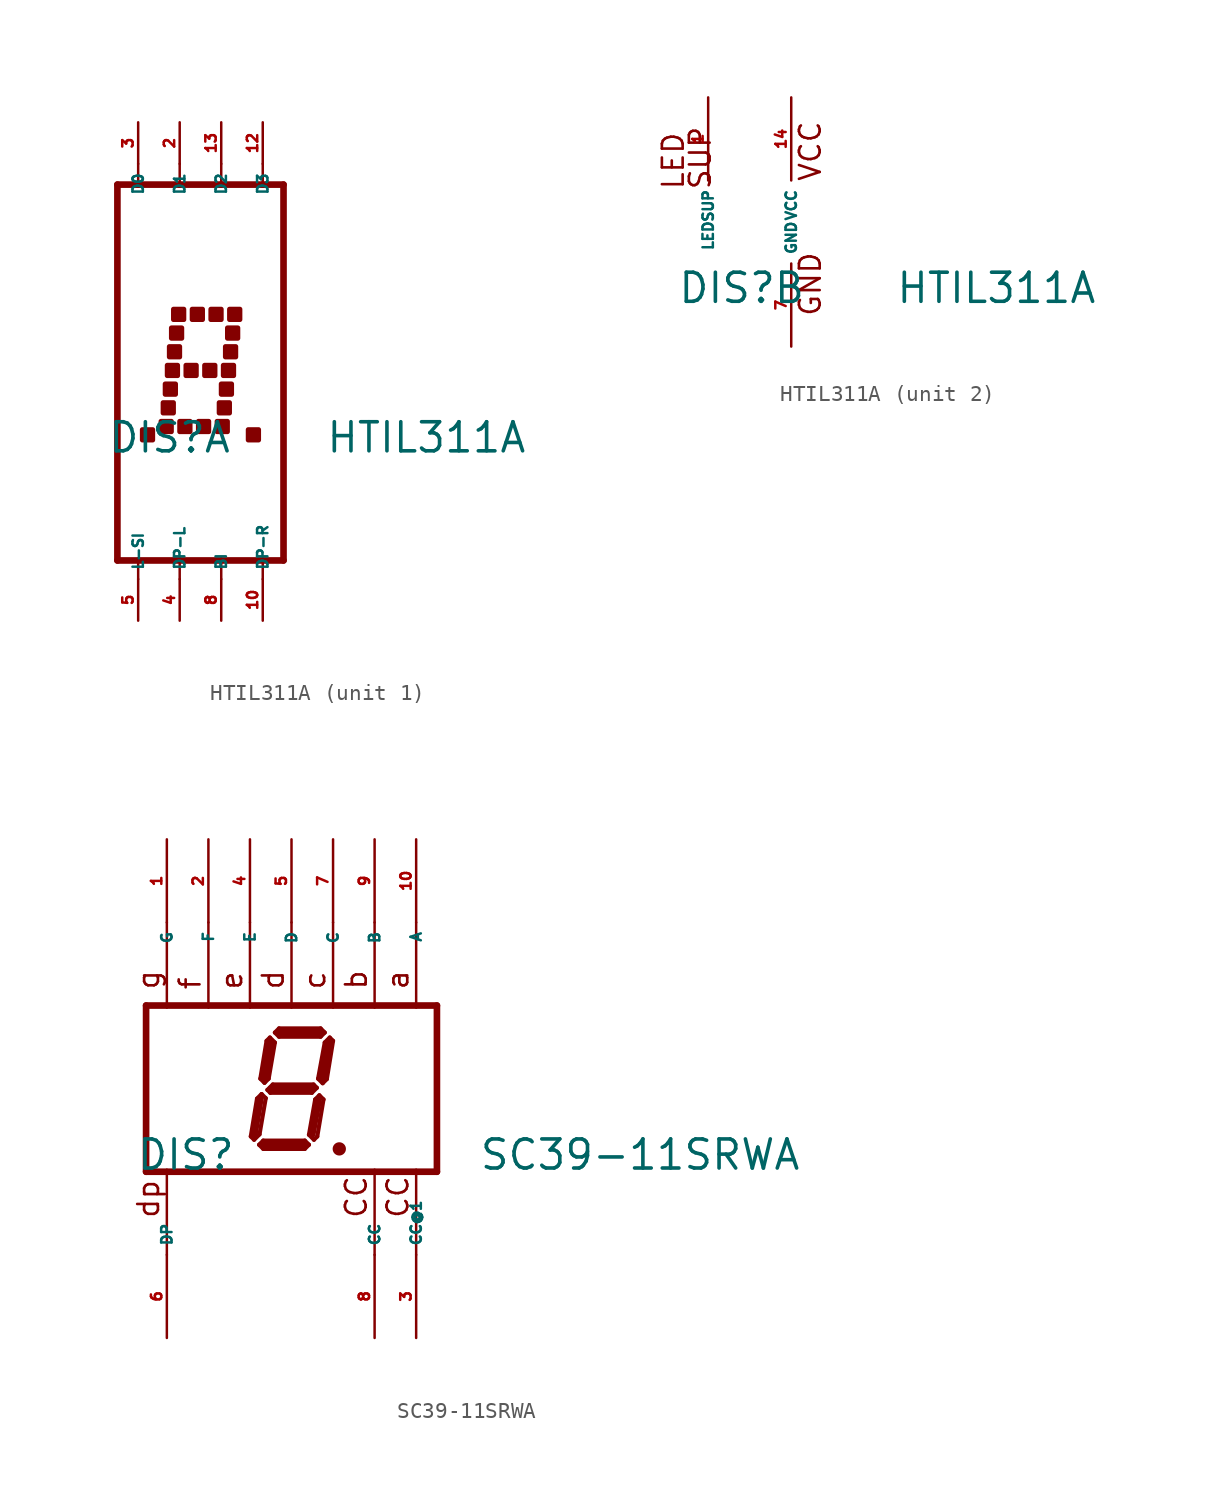
<source format=kicad_sym>
(kicad_symbol_lib
  (version 20220914)
  (generator Eagle2Kicad)
  (symbol "HTIL311A"
    (property "Reference" "DIS"
      (at -6.985 -5.08 0)
      (effects (font (size 1.778 1.778) (thickness 0.22)) (justify left bottom)))
    (property "Value" "HTIL311A"
      (at 6.35 -5.08 0)
      (effects (font (size 1.778 1.778) (thickness 0.22)) (justify left bottom)))
    (symbol "HTIL311A_1_0"
      (polyline (pts (xy -6.35 11.43) (xy -5.08 11.43)) (stroke (width 0.406) (type default)) (fill (type none)))
      (polyline (pts (xy -5.08 11.43) (xy -2.54 11.43)) (stroke (width 0.406) (type default)) (fill (type none)))
      (polyline (pts (xy -2.54 11.43) (xy 0 11.43)) (stroke (width 0.406) (type default)) (fill (type none)))
      (polyline (pts (xy 0 11.43) (xy 2.54 11.43)) (stroke (width 0.406) (type default)) (fill (type none)))
      (polyline (pts (xy 2.54 11.43) (xy 3.81 11.43)) (stroke (width 0.406) (type default)) (fill (type none)))
      (polyline (pts (xy -6.35 -11.557) (xy -6.35 11.43)) (stroke (width 0.406) (type default)) (fill (type none)))
      (polyline (pts (xy 3.81 11.43) (xy 3.81 -11.557)) (stroke (width 0.406) (type default)) (fill (type none)))
      (polyline (pts (xy -6.35 -11.557) (xy 3.81 -11.557)) (stroke (width 0.406) (type default)) (fill (type none)))
      (polyline (pts (xy -5.08 12.7) (xy -5.08 11.43)) (stroke (width 0.152) (type default)) (fill (type none)))
      (polyline (pts (xy -2.54 12.7) (xy -2.54 11.43)) (stroke (width 0.152) (type default)) (fill (type none)))
      (polyline (pts (xy 0 12.7) (xy 0 11.43)) (stroke (width 0.152) (type default)) (fill (type none)))
      (polyline (pts (xy 2.54 12.7) (xy 2.54 11.43)) (stroke (width 0.152) (type default)) (fill (type none)))
      (polyline (pts (xy -5.08 -11.43) (xy -5.08 -12.7)) (stroke (width 0.152) (type default)) (fill (type none)))
      (polyline (pts (xy -2.54 -11.43) (xy -2.54 -12.7)) (stroke (width 0.152) (type default)) (fill (type none)))
      (polyline (pts (xy 0 -11.43) (xy 0 -12.7)) (stroke (width 0.152) (type default)) (fill (type none)))
      (polyline (pts (xy 2.54 -11.43) (xy 2.54 -12.7)) (stroke (width 0.152) (type default)) (fill (type none)))
      (rectangle (start -2.921 3.175) (end -2.286 3.81) (stroke (width 0.3) (type default)) (fill (type outline)))
      (rectangle (start -1.778 3.175) (end -1.143 3.81) (stroke (width 0.3) (type default)) (fill (type outline)))
      (rectangle (start -0.635 3.175) (end 0 3.81) (stroke (width 0.3) (type default)) (fill (type outline)))
      (rectangle (start 0.508 3.175) (end 1.143 3.81) (stroke (width 0.3) (type default)) (fill (type outline)))
      (rectangle (start -3.048 2.032) (end -2.413 2.667) (stroke (width 0.3) (type default)) (fill (type outline)))
      (rectangle (start -3.175 0.889) (end -2.54 1.524) (stroke (width 0.3) (type default)) (fill (type outline)))
      (rectangle (start -3.302 -0.254) (end -2.667 0.381) (stroke (width 0.3) (type default)) (fill (type outline)))
      (rectangle (start -3.429 -1.397) (end -2.794 -0.762) (stroke (width 0.3) (type default)) (fill (type outline)))
      (rectangle (start -3.556 -2.54) (end -2.921 -1.905) (stroke (width 0.3) (type default)) (fill (type outline)))
      (rectangle (start -2.159 -0.254) (end -1.524 0.381) (stroke (width 0.3) (type default)) (fill (type outline)))
      (rectangle (start -3.683 -3.683) (end -3.048 -3.048) (stroke (width 0.3) (type default)) (fill (type outline)))
      (rectangle (start -1.016 -0.254) (end -0.381 0.381) (stroke (width 0.3) (type default)) (fill (type outline)))
      (rectangle (start 0.127 -0.254) (end 0.762 0.381) (stroke (width 0.3) (type default)) (fill (type outline)))
      (rectangle (start 0.381 2.032) (end 1.016 2.667) (stroke (width 0.3) (type default)) (fill (type outline)))
      (rectangle (start 0.254 0.889) (end 0.889 1.524) (stroke (width 0.3) (type default)) (fill (type outline)))
      (rectangle (start 0 -1.397) (end 0.635 -0.762) (stroke (width 0.3) (type default)) (fill (type outline)))
      (rectangle (start -0.127 -2.54) (end 0.508 -1.905) (stroke (width 0.3) (type default)) (fill (type outline)))
      (rectangle (start -0.254 -3.683) (end 0.381 -3.048) (stroke (width 0.3) (type default)) (fill (type outline)))
      (rectangle (start -2.54 -3.683) (end -1.905 -3.048) (stroke (width 0.3) (type default)) (fill (type outline)))
      (rectangle (start -1.397 -3.683) (end -0.762 -3.048) (stroke (width 0.3) (type default)) (fill (type outline)))
      (rectangle (start 1.651 -4.191) (end 2.286 -3.556) (stroke (width 0.3) (type default)) (fill (type outline)))
      (rectangle (start -4.826 -4.191) (end -4.191 -3.556) (stroke (width 0.3) (type default)) (fill (type outline)))
      (pin input line (at -5.08 15.24 270) (length 2.54) (name "D0" (effects (font (size 0.635 0.635) (thickness 0.08)) (justify left bottom))) (number "3" (effects (font (size 0.635 0.635) (thickness 0.08)) (justify left bottom))))
      (pin input line (at -2.54 15.24 270) (length 2.54) (name "D1" (effects (font (size 0.635 0.635) (thickness 0.08)) (justify left bottom))) (number "2" (effects (font (size 0.635 0.635) (thickness 0.08)) (justify left bottom))))
      (pin input line (at 0 15.24 270) (length 2.54) (name "D2" (effects (font (size 0.635 0.635) (thickness 0.08)) (justify left bottom))) (number "13" (effects (font (size 0.635 0.635) (thickness 0.08)) (justify left bottom))))
      (pin input line (at 2.54 15.24 270) (length 2.54) (name "D3" (effects (font (size 0.635 0.635) (thickness 0.08)) (justify left bottom))) (number "12" (effects (font (size 0.635 0.635) (thickness 0.08)) (justify left bottom))))
      (pin input line (at -5.08 -15.24 90) (length 2.54) (name "L-SI" (effects (font (size 0.635 0.635) (thickness 0.08)) (justify left bottom))) (number "5" (effects (font (size 0.635 0.635) (thickness 0.08)) (justify left bottom))))
      (pin input line (at -2.54 -15.24 90) (length 2.54) (name "DP-L" (effects (font (size 0.635 0.635) (thickness 0.08)) (justify left bottom))) (number "4" (effects (font (size 0.635 0.635) (thickness 0.08)) (justify left bottom))))
      (pin input line (at 0 -15.24 90) (length 2.54) (name "BI" (effects (font (size 0.635 0.635) (thickness 0.08)) (justify left bottom))) (number "8" (effects (font (size 0.635 0.635) (thickness 0.08)) (justify left bottom))))
      (pin input line (at 2.54 -15.24 90) (length 2.54) (name "DP-R" (effects (font (size 0.635 0.635) (thickness 0.08)) (justify left bottom))) (number "10" (effects (font (size 0.635 0.635) (thickness 0.08)) (justify left bottom)))))
    (symbol "HTIL311A_2_0"
      (text "VCC" (at 1.905 2.413 900) (effects (font (size 1.27 1.27) (thickness 0.16)) (justify left bottom)))
      (text "GND" (at 1.905 -5.842 900) (effects (font (size 1.27 1.27) (thickness 0.16)) (justify left bottom)))
      (text "SUP" (at -4.826 1.905 2700) (effects (font (size 1.27 1.27) (thickness 0.16)) (justify left bottom)))
      (text "LED" (at -6.477 1.905 2700) (effects (font (size 1.27 1.27) (thickness 0.16)) (justify left bottom)))
      (pin unspecified line (at 0 -7.62 90) (length 5.08) (name "GND" (effects (font (size 0.635 0.635) (thickness 0.08)) (justify left bottom))) (number "7" (effects (font (size 0.635 0.635) (thickness 0.08)) (justify left bottom))))
      (pin unspecified line (at 0 7.62 270) (length 5.08) (name "VCC" (effects (font (size 0.635 0.635) (thickness 0.08)) (justify left bottom))) (number "14" (effects (font (size 0.635 0.635) (thickness 0.08)) (justify left bottom))))
      (pin input line (at -5.08 7.62 270) (length 5.08) (name "LEDSUP" (effects (font (size 0.635 0.635) (thickness 0.08)) (justify left bottom))) (number "1" (effects (font (size 0.635 0.635) (thickness 0.08)) (justify left bottom))))))
  (symbol "SC39-11SRWA"
    (property "Reference" "DIS"
      (at -9.525 -5.08 0)
      (effects (font (size 1.778 1.778) (thickness 0.22)) (justify left bottom)))
    (property "Value" "SC39-11SRWA"
      (at 11.43 -5.08 0)
      (effects (font (size 1.778 1.778) (thickness 0.22)) (justify left bottom)))
    (polyline
      (pts (xy 2.794 -3.683) (xy 3.048 -3.683))
      (stroke (width 0.305) (type default))
      (fill (type none)))
    (polyline
      (pts (xy 2.337 3.124) (xy 2.032 2.819))
      (stroke (width 0.254) (type default))
      (fill (type none)))
    (polyline
      (pts (xy 2.032 2.819) (xy 1.626 0.61))
      (stroke (width 0.254) (type default))
      (fill (type none)))
    (polyline
      (pts (xy 1.626 0.61) (xy 1.905 0.33))
      (stroke (width 0.254) (type default))
      (fill (type none)))
    (polyline
      (pts (xy 1.905 0.33) (xy 2.159 0.584))
      (stroke (width 0.254) (type default))
      (fill (type none)))
    (polyline
      (pts (xy 2.159 0.584) (xy 2.54 2.921))
      (stroke (width 0.254) (type default))
      (fill (type none)))
    (polyline
      (pts (xy 2.54 2.921) (xy 2.337 3.124))
      (stroke (width 0.254) (type default))
      (fill (type none)))
    (polyline
      (pts (xy 2.032 3.429) (xy 1.778 3.175))
      (stroke (width 0.254) (type default))
      (fill (type none)))
    (polyline
      (pts (xy 1.778 3.175) (xy -0.762 3.175))
      (stroke (width 0.254) (type default))
      (fill (type none)))
    (polyline
      (pts (xy -0.762 3.175) (xy -1.016 3.429))
      (stroke (width 0.254) (type default))
      (fill (type none)))
    (polyline
      (pts (xy -1.016 3.429) (xy -0.762 3.683))
      (stroke (width 0.254) (type default))
      (fill (type none)))
    (polyline
      (pts (xy -0.762 3.683) (xy 1.778 3.683))
      (stroke (width 0.254) (type default))
      (fill (type none)))
    (polyline
      (pts (xy 1.778 3.683) (xy 2.032 3.429))
      (stroke (width 0.254) (type default))
      (fill (type none)))
    (polyline
      (pts (xy -1.321 3.124) (xy -1.016 2.819))
      (stroke (width 0.254) (type default))
      (fill (type none)))
    (polyline
      (pts (xy -1.016 2.819) (xy -1.397 0.61))
      (stroke (width 0.254) (type default))
      (fill (type none)))
    (polyline
      (pts (xy -1.397 0.61) (xy -1.651 0.356))
      (stroke (width 0.254) (type default))
      (fill (type none)))
    (polyline
      (pts (xy -1.651 0.356) (xy -1.905 0.61))
      (stroke (width 0.254) (type default))
      (fill (type none)))
    (polyline
      (pts (xy -1.905 0.61) (xy -1.524 2.921))
      (stroke (width 0.254) (type default))
      (fill (type none)))
    (polyline
      (pts (xy -1.524 2.921) (xy -1.321 3.124))
      (stroke (width 0.254) (type default))
      (fill (type none)))
    (polyline
      (pts (xy -1.473 -0.076) (xy -1.143 0.254))
      (stroke (width 0.254) (type default))
      (fill (type none)))
    (polyline
      (pts (xy -1.143 0.254) (xy 1.346 0.254))
      (stroke (width 0.254) (type default))
      (fill (type none)))
    (polyline
      (pts (xy 1.346 0.254) (xy 1.549 0.051))
      (stroke (width 0.254) (type default))
      (fill (type none)))
    (polyline
      (pts (xy 1.549 0.051) (xy 1.245 -0.254))
      (stroke (width 0.254) (type default))
      (fill (type none)))
    (polyline
      (pts (xy 1.245 -0.254) (xy -1.295 -0.254))
      (stroke (width 0.254) (type default))
      (fill (type none)))
    (polyline
      (pts (xy -1.295 -0.254) (xy -1.473 -0.076))
      (stroke (width 0.254) (type default))
      (fill (type none)))
    (polyline
      (pts (xy -1.829 -0.33) (xy -1.575 -0.584))
      (stroke (width 0.254) (type default))
      (fill (type none)))
    (polyline
      (pts (xy -2.286 -3.124) (xy -1.956 -2.794))
      (stroke (width 0.254) (type default))
      (fill (type none)))
    (polyline
      (pts (xy -1.956 -2.794) (xy -1.575 -0.584))
      (stroke (width 0.254) (type default))
      (fill (type none)))
    (polyline
      (pts (xy -1.829 -0.33) (xy -2.108 -0.61))
      (stroke (width 0.254) (type default))
      (fill (type none)))
    (polyline
      (pts (xy -2.108 -0.61) (xy -2.489 -2.921))
      (stroke (width 0.254) (type default))
      (fill (type none)))
    (polyline
      (pts (xy -2.489 -2.921) (xy -2.286 -3.124))
      (stroke (width 0.254) (type default))
      (fill (type none)))
    (polyline
      (pts (xy -1.981 -3.429) (xy -1.727 -3.175))
      (stroke (width 0.254) (type default))
      (fill (type none)))
    (polyline
      (pts (xy -1.727 -3.175) (xy 0.813 -3.175))
      (stroke (width 0.254) (type default))
      (fill (type none)))
    (polyline
      (pts (xy 0.813 -3.175) (xy 1.067 -3.429))
      (stroke (width 0.254) (type default))
      (fill (type none)))
    (polyline
      (pts (xy 1.067 -3.429) (xy 0.813 -3.683))
      (stroke (width 0.254) (type default))
      (fill (type none)))
    (polyline
      (pts (xy 0.813 -3.683) (xy -1.727 -3.683))
      (stroke (width 0.254) (type default))
      (fill (type none)))
    (polyline
      (pts (xy -1.727 -3.683) (xy -1.981 -3.429))
      (stroke (width 0.254) (type default))
      (fill (type none)))
    (polyline
      (pts (xy 1.702 -0.406) (xy 1.448 -0.66))
      (stroke (width 0.254) (type default))
      (fill (type none)))
    (polyline
      (pts (xy 1.448 -0.66) (xy 1.067 -2.819))
      (stroke (width 0.254) (type default))
      (fill (type none)))
    (polyline
      (pts (xy 1.067 -2.819) (xy 1.372 -3.124))
      (stroke (width 0.254) (type default))
      (fill (type none)))
    (polyline
      (pts (xy 1.372 -3.124) (xy 1.575 -2.921))
      (stroke (width 0.254) (type default))
      (fill (type none)))
    (polyline
      (pts (xy 1.575 -2.921) (xy 1.956 -0.66))
      (stroke (width 0.254) (type default))
      (fill (type none)))
    (polyline
      (pts (xy 1.956 -0.66) (xy 1.702 -0.406))
      (stroke (width 0.254) (type default))
      (fill (type none)))
    (polyline
      (pts (xy 2.286 2.794) (xy 1.905 0.635))
      (stroke (width 0.406) (type default))
      (fill (type none)))
    (polyline
      (pts (xy 1.778 3.429) (xy -0.762 3.429))
      (stroke (width 0.406) (type default))
      (fill (type none)))
    (polyline
      (pts (xy -1.27 2.794) (xy -1.651 0.635))
      (stroke (width 0.406) (type default))
      (fill (type none)))
    (polyline
      (pts (xy -1.27 0) (xy 1.27 0))
      (stroke (width 0.406) (type default))
      (fill (type none)))
    (polyline
      (pts (xy 1.651 -0.762) (xy 1.27 -2.794))
      (stroke (width 0.406) (type default))
      (fill (type none)))
    (polyline
      (pts (xy 0.762 -3.429) (xy -1.651 -3.429))
      (stroke (width 0.406) (type default))
      (fill (type none)))
    (polyline
      (pts (xy -2.286 -2.921) (xy -1.905 -0.635))
      (stroke (width 0.406) (type default))
      (fill (type none)))
    (polyline
      (pts (xy -8.89 5.08) (xy 8.89 5.08))
      (stroke (width 0.406) (type default))
      (fill (type none)))
    (polyline
      (pts (xy 8.89 -5.08) (xy 8.89 5.08))
      (stroke (width 0.406) (type default))
      (fill (type none)))
    (polyline
      (pts (xy 8.89 -5.08) (xy -8.89 -5.08))
      (stroke (width 0.406) (type default))
      (fill (type none)))
    (polyline
      (pts (xy -8.89 5.08) (xy -8.89 -5.08))
      (stroke (width 0.406) (type default))
      (fill (type none)))
    (polyline
      (pts (xy 5.08 4.953) (xy 5.08 10.16))
      (stroke (width 0.152) (type default))
      (fill (type none)))
    (polyline
      (pts (xy -7.62 4.953) (xy -7.62 10.16))
      (stroke (width 0.152) (type default))
      (fill (type none)))
    (polyline
      (pts (xy 0 4.953) (xy 0 10.16))
      (stroke (width 0.152) (type default))
      (fill (type none)))
    (polyline
      (pts (xy -5.08 4.953) (xy -5.08 10.16))
      (stroke (width 0.152) (type default))
      (fill (type none)))
    (polyline
      (pts (xy 7.62 4.953) (xy 7.62 10.16))
      (stroke (width 0.152) (type default))
      (fill (type none)))
    (polyline
      (pts (xy 7.62 -10.16) (xy 7.62 -4.953))
      (stroke (width 0.152) (type default))
      (fill (type none)))
    (polyline
      (pts (xy -2.54 4.953) (xy -2.54 10.16))
      (stroke (width 0.152) (type default))
      (fill (type none)))
    (polyline
      (pts (xy 2.54 4.953) (xy 2.54 10.16))
      (stroke (width 0.152) (type default))
      (fill (type none)))
    (polyline
      (pts (xy -7.62 -10.16) (xy -7.62 -4.953))
      (stroke (width 0.152) (type default))
      (fill (type none)))
    (polyline
      (pts (xy 5.08 -10.16) (xy 5.08 -4.953))
      (stroke (width 0.152) (type default))
      (fill (type none)))
    (text "CC"
      (at 4.699 -8.001 900)
      (effects (font (size 1.27 1.27) (thickness 0.16)) (justify left bottom)))
    (text "CC"
      (at 7.239 -8.001 900)
      (effects (font (size 1.27 1.27) (thickness 0.16)) (justify left bottom)))
    (text "dp"
      (at -8.001 -8.001 900)
      (effects (font (size 1.27 1.27) (thickness 0.16)) (justify left bottom)))
    (text "a"
      (at 7.239 5.969 900)
      (effects (font (size 1.27 1.27) (thickness 0.16)) (justify left bottom)))
    (text "b"
      (at 4.699 5.969 900)
      (effects (font (size 1.27 1.27) (thickness 0.16)) (justify left bottom)))
    (text "c"
      (at 2.159 5.969 900)
      (effects (font (size 1.27 1.27) (thickness 0.16)) (justify left bottom)))
    (text "d"
      (at -0.381 5.969 900)
      (effects (font (size 1.27 1.27) (thickness 0.16)) (justify left bottom)))
    (text "e"
      (at -2.921 5.969 900)
      (effects (font (size 1.27 1.27) (thickness 0.16)) (justify left bottom)))
    (text "f"
      (at -5.461 5.969 900)
      (effects (font (size 1.27 1.27) (thickness 0.16)) (justify left bottom)))
    (text "g"
      (at -8.001 5.969 900)
      (effects (font (size 1.27 1.27) (thickness 0.16)) (justify left bottom)))
    (circle
      (center 2.921 -3.683)
      (radius 0.254)
      (stroke (width 0.305) (type default))
      (fill (type none)))
    (pin passive line
      (at -7.62 15.24 270)
      (length 5.08)
      (name "G" (effects (font (size 0.635 0.635) (thickness 0.08)) (justify left bottom)))
      (number "1" (effects (font (size 0.635 0.635) (thickness 0.08)) (justify left bottom))))
    (pin passive line
      (at -5.08 15.24 270)
      (length 5.08)
      (name "F" (effects (font (size 0.635 0.635) (thickness 0.08)) (justify left bottom)))
      (number "2" (effects (font (size 0.635 0.635) (thickness 0.08)) (justify left bottom))))
    (pin passive line
      (at 0 15.24 270)
      (length 5.08)
      (name "D" (effects (font (size 0.635 0.635) (thickness 0.08)) (justify left bottom)))
      (number "5" (effects (font (size 0.635 0.635) (thickness 0.08)) (justify left bottom))))
    (pin passive line
      (at 5.08 15.24 270)
      (length 5.08)
      (name "B" (effects (font (size 0.635 0.635) (thickness 0.08)) (justify left bottom)))
      (number "9" (effects (font (size 0.635 0.635) (thickness 0.08)) (justify left bottom))))
    (pin passive line
      (at 7.62 15.24 270)
      (length 5.08)
      (name "A" (effects (font (size 0.635 0.635) (thickness 0.08)) (justify left bottom)))
      (number "10" (effects (font (size 0.635 0.635) (thickness 0.08)) (justify left bottom))))
    (pin passive line
      (at 7.62 -15.24 90)
      (length 5.08)
      (name "CC@1" (effects (font (size 0.635 0.635) (thickness 0.08)) (justify left bottom)))
      (number "3" (effects (font (size 0.635 0.635) (thickness 0.08)) (justify left bottom))))
    (pin passive line
      (at 2.54 15.24 270)
      (length 5.08)
      (name "C" (effects (font (size 0.635 0.635) (thickness 0.08)) (justify left bottom)))
      (number "7" (effects (font (size 0.635 0.635) (thickness 0.08)) (justify left bottom))))
    (pin passive line
      (at -2.54 15.24 270)
      (length 5.08)
      (name "E" (effects (font (size 0.635 0.635) (thickness 0.08)) (justify left bottom)))
      (number "4" (effects (font (size 0.635 0.635) (thickness 0.08)) (justify left bottom))))
    (pin passive line
      (at -7.62 -15.24 90)
      (length 5.08)
      (name "DP" (effects (font (size 0.635 0.635) (thickness 0.08)) (justify left bottom)))
      (number "6" (effects (font (size 0.635 0.635) (thickness 0.08)) (justify left bottom))))
    (pin passive line
      (at 5.08 -15.24 90)
      (length 5.08)
      (name "CC" (effects (font (size 0.635 0.635) (thickness 0.08)) (justify left bottom)))
      (number "8" (effects (font (size 0.635 0.635) (thickness 0.08)) (justify left bottom))))))
</source>
